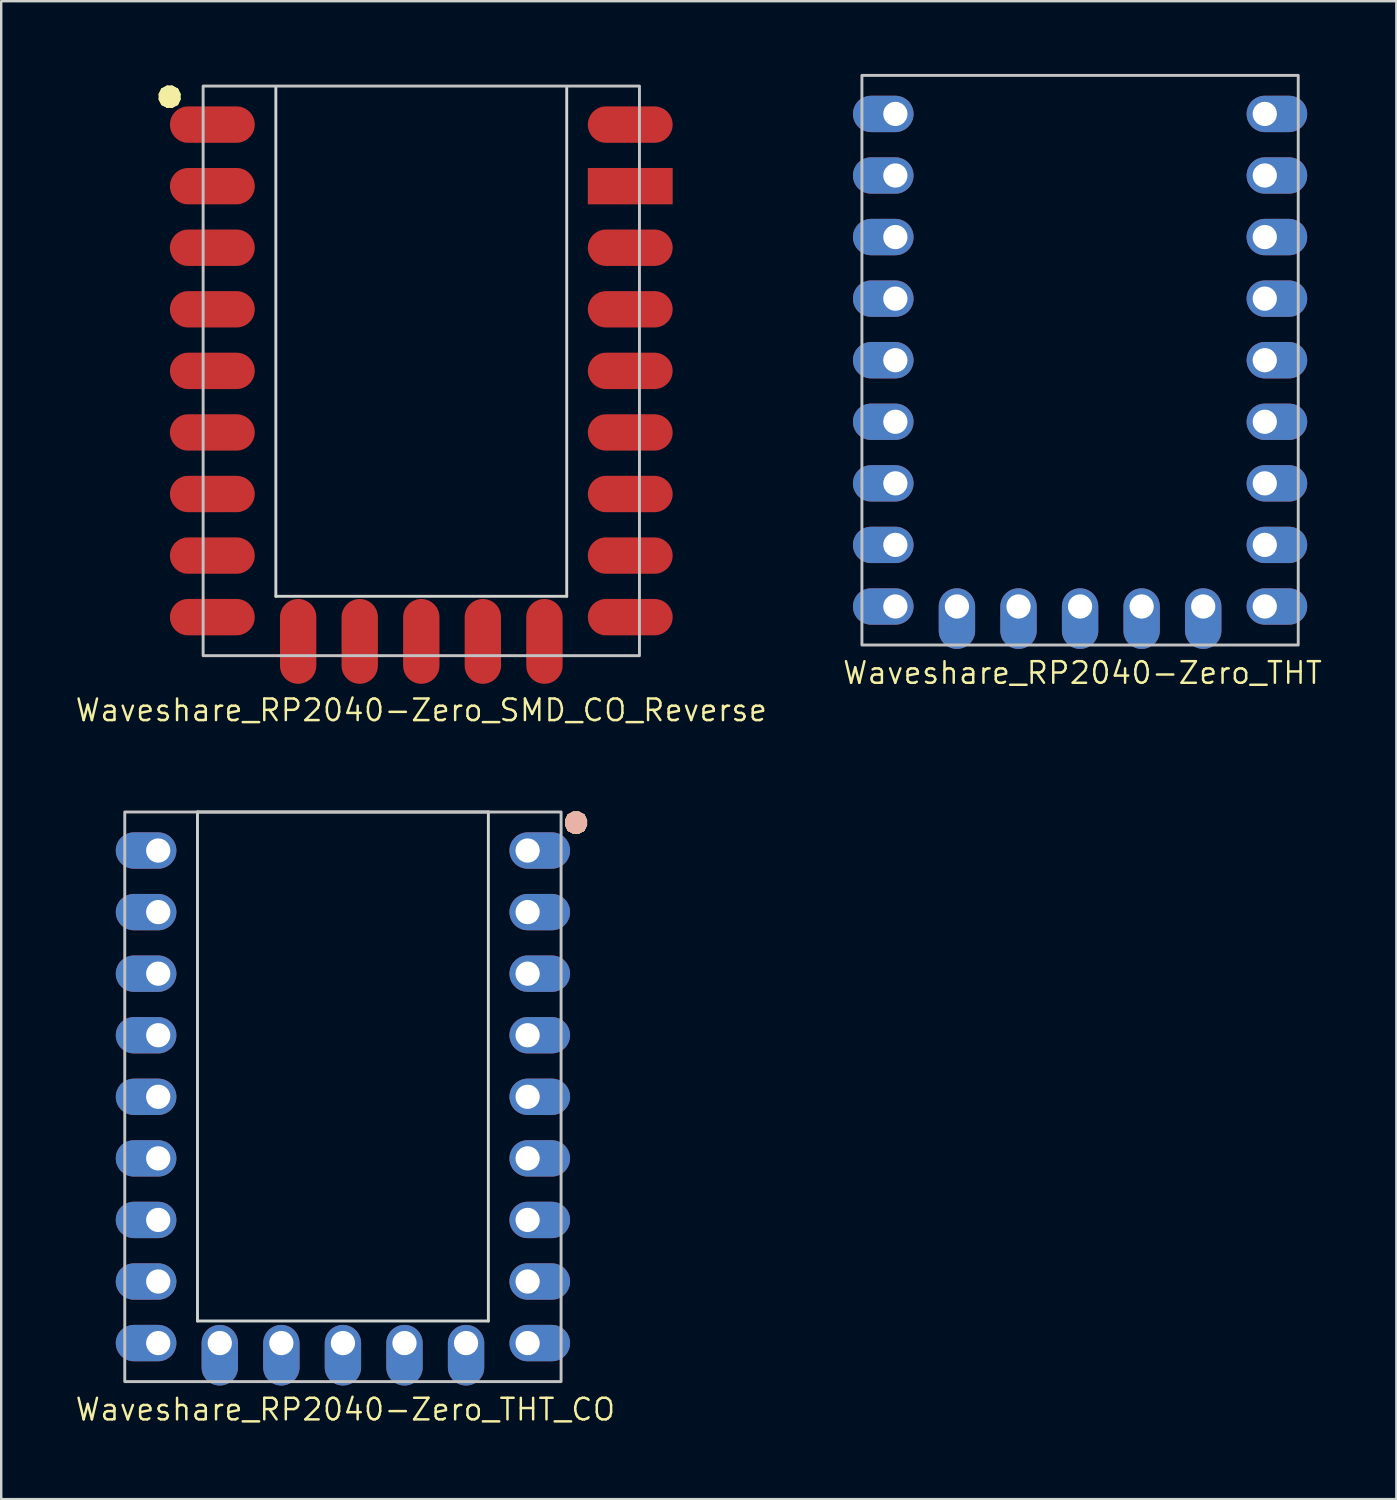
<source format=kicad_pcb>
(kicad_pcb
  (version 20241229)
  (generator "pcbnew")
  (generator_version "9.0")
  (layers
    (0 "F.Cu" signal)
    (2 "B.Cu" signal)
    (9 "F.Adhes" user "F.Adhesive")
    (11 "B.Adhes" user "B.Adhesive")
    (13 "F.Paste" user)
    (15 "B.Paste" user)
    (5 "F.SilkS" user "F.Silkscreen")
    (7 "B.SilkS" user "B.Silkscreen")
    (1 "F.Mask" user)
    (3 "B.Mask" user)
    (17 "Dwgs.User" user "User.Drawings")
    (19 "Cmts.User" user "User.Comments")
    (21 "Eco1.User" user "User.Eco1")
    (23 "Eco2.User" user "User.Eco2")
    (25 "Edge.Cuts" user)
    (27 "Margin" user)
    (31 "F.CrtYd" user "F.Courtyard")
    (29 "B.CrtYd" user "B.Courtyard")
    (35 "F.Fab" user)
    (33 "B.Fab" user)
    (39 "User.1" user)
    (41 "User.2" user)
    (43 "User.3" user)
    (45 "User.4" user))
  (footprint "Waveshare_RP2040-Zero_THT_CO"
    (layer "F.Cu")
    (at 11.097 42.198)
    (property "Reference" "Waveshare_RP2040-Zero_THT_CO" (at 0.1 12.9 0) (layer "F.SilkS") (effects (font (size 0.889 0.889) (thickness 0.102))))
    (attr through_hole exclude_from_pos_files)
    (fp_rect (start -9 -11.75) (end 9 11.75) (stroke (width 0.12) (type solid)) (fill no) (layer "Dwgs.User"))
    (fp_line (start -6 -11.75) (end -6 9.25) (stroke (width 0.12) (type solid)) (layer "Edge.Cuts"))
    (fp_line (start -6 -11.75) (end 6 -11.75) (stroke (width 0.12) (type default)) (layer "Edge.Cuts"))
    (fp_line (start -6 9.25) (end 6 9.25) (stroke (width 0.12) (type solid)) (layer "Edge.Cuts"))
    (fp_line (start 6 9.25) (end 6 -11.75) (stroke (width 0.12) (type solid)) (layer "Edge.Cuts"))
    (fp_text user "●" (at 8.9 -10.8 0) (unlocked yes) (layer "F.SilkS") (effects (font (size 1 1) (thickness 0.15)) (justify left bottom)))
    (fp_text user "●" (at 8.9 -10.8 0) (unlocked yes) (layer "B.SilkS") (effects (font (size 1 1) (thickness 0.15)) (justify left bottom)))
    (pad "1" thru_hole oval (at 7.62 -10.16 180) (size 2.5 1.5) (drill 1 (offset -0.5 0)) (layers "*.Cu" "*.Mask"))
    (pad "2" thru_hole oval (at 7.62 -7.62 180) (size 2.5 1.5) (drill 1 (offset -0.5 0)) (layers "*.Cu" "*.Mask"))
    (pad "3" thru_hole oval (at 7.62 -5.08 180) (size 2.5 1.5) (drill 1 (offset -0.5 0)) (layers "*.Cu" "*.Mask"))
    (pad "4" thru_hole oval (at 7.62 -2.54 180) (size 2.5 1.5) (drill 1 (offset -0.5 0)) (layers "*.Cu" "*.Mask"))
    (pad "5" thru_hole oval (at 7.62 0 180) (size 2.5 1.5) (drill 1 (offset -0.5 0)) (layers "*.Cu" "*.Mask"))
    (pad "6" thru_hole oval (at 7.62 2.54 180) (size 2.5 1.5) (drill 1 (offset -0.5 0)) (layers "*.Cu" "*.Mask"))
    (pad "7" thru_hole oval (at 7.62 5.08 180) (size 2.5 1.5) (drill 1 (offset -0.5 0)) (layers "*.Cu" "*.Mask"))
    (pad "8" thru_hole oval (at 7.62 7.62 180) (size 2.5 1.5) (drill 1 (offset -0.5 0)) (layers "*.Cu" "*.Mask"))
    (pad "9" thru_hole oval (at 7.62 10.16 180) (size 2.5 1.5) (drill 1 (offset -0.5 0)) (layers "*.Cu" "*.Mask"))
    (pad "10" thru_hole oval (at 5.08 10.16 90) (size 2.5 1.5) (drill 1 (offset -0.5 0)) (layers "*.Cu" "*.Mask"))
    (pad "11" thru_hole oval (at 2.54 10.16 90) (size 2.5 1.5) (drill 1 (offset -0.5 0)) (layers "*.Cu" "*.Mask"))
    (pad "12" thru_hole oval (at 0 10.16 90) (size 2.5 1.5) (drill 1 (offset -0.5 0)) (layers "*.Cu" "*.Mask"))
    (pad "13" thru_hole oval (at -2.54 10.16 90) (size 2.5 1.5) (drill 1 (offset -0.5 0)) (layers "*.Cu" "*.Mask"))
    (pad "14" thru_hole oval (at -5.08 10.16 90) (size 2.5 1.5) (drill 1 (offset -0.5 0)) (layers "*.Cu" "*.Mask"))
    (pad "15" thru_hole oval (at -7.62 10.16) (size 2.5 1.5) (drill 1 (offset -0.5 0)) (layers "*.Cu" "*.Mask"))
    (pad "16" thru_hole oval (at -7.62 7.62) (size 2.5 1.5) (drill 1 (offset -0.5 0)) (layers "*.Cu" "*.Mask"))
    (pad "17" thru_hole oval (at -7.62 5.08) (size 2.5 1.5) (drill 1 (offset -0.5 0)) (layers "*.Cu" "*.Mask"))
    (pad "18" thru_hole oval (at -7.62 2.54) (size 2.5 1.5) (drill 1 (offset -0.5 0)) (layers "*.Cu" "*.Mask"))
    (pad "19" thru_hole oval (at -7.62 0) (size 2.5 1.5) (drill 1 (offset -0.5 0)) (layers "*.Cu" "*.Mask"))
    (pad "20" thru_hole oval (at -7.62 -2.54) (size 2.5 1.5) (drill 1 (offset -0.5 0)) (layers "*.Cu" "*.Mask"))
    (pad "21" thru_hole oval (at -7.62 -5.08) (size 2.5 1.5) (drill 1 (offset -0.5 0)) (layers "*.Cu" "*.Mask"))
    (pad "22" thru_hole oval (at -7.62 -7.62) (size 2.5 1.5) (drill 1 (offset -0.5 0)) (layers "*.Cu" "*.Mask"))
    (pad "23" thru_hole oval (at -7.62 -10.16) (size 2.5 1.5) (drill 1 (offset -0.5 0)) (layers "*.Cu" "*.Mask")))
  (footprint "Waveshare_RP2040-Zero_THT"
    (layer "F.Cu")
    (at 41.508 11.81)
    (property "Reference" "Waveshare_RP2040-Zero_THT" (at 0.1 12.9 0) (layer "F.SilkS") (effects (font (size 0.889 0.889) (thickness 0.102))))
    (attr through_hole exclude_from_pos_files)
    (fp_rect (start -9 -11.75) (end 9 11.75) (stroke (width 0.12) (type solid)) (fill no) (layer "Dwgs.User"))
    (pad "1" thru_hole oval (at 7.62 -10.16 180) (size 2.5 1.5) (drill 1 (offset -0.5 0)) (layers "*.Cu" "*.Mask"))
    (pad "2" thru_hole oval (at 7.62 -7.62 180) (size 2.5 1.5) (drill 1 (offset -0.5 0)) (layers "*.Cu" "*.Mask"))
    (pad "3" thru_hole oval (at 7.62 -5.08 180) (size 2.5 1.5) (drill 1 (offset -0.5 0)) (layers "*.Cu" "*.Mask"))
    (pad "4" thru_hole oval (at 7.62 -2.54 180) (size 2.5 1.5) (drill 1 (offset -0.5 0)) (layers "*.Cu" "*.Mask"))
    (pad "5" thru_hole oval (at 7.62 0 180) (size 2.5 1.5) (drill 1 (offset -0.5 0)) (layers "*.Cu" "*.Mask"))
    (pad "6" thru_hole oval (at 7.62 2.54 180) (size 2.5 1.5) (drill 1 (offset -0.5 0)) (layers "*.Cu" "*.Mask"))
    (pad "7" thru_hole oval (at 7.62 5.08 180) (size 2.5 1.5) (drill 1 (offset -0.5 0)) (layers "*.Cu" "*.Mask"))
    (pad "8" thru_hole oval (at 7.62 7.62 180) (size 2.5 1.5) (drill 1 (offset -0.5 0)) (layers "*.Cu" "*.Mask"))
    (pad "9" thru_hole oval (at 7.62 10.16 180) (size 2.5 1.5) (drill 1 (offset -0.5 0)) (layers "*.Cu" "*.Mask"))
    (pad "10" thru_hole oval (at 5.08 10.16 90) (size 2.5 1.5) (drill 1 (offset -0.5 0)) (layers "*.Cu" "*.Mask"))
    (pad "11" thru_hole oval (at 2.54 10.16 90) (size 2.5 1.5) (drill 1 (offset -0.5 0)) (layers "*.Cu" "*.Mask"))
    (pad "12" thru_hole oval (at 0 10.16 90) (size 2.5 1.5) (drill 1 (offset -0.5 0)) (layers "*.Cu" "*.Mask"))
    (pad "13" thru_hole oval (at -2.54 10.16 90) (size 2.5 1.5) (drill 1 (offset -0.5 0)) (layers "*.Cu" "*.Mask"))
    (pad "14" thru_hole oval (at -5.08 10.16 90) (size 2.5 1.5) (drill 1 (offset -0.5 0)) (layers "*.Cu" "*.Mask"))
    (pad "15" thru_hole oval (at -7.62 10.16) (size 2.5 1.5) (drill 1 (offset -0.5 0)) (layers "*.Cu" "*.Mask"))
    (pad "16" thru_hole oval (at -7.62 7.62) (size 2.5 1.5) (drill 1 (offset -0.5 0)) (layers "*.Cu" "*.Mask"))
    (pad "17" thru_hole oval (at -7.62 5.08) (size 2.5 1.5) (drill 1 (offset -0.5 0)) (layers "*.Cu" "*.Mask"))
    (pad "18" thru_hole oval (at -7.62 2.54) (size 2.5 1.5) (drill 1 (offset -0.5 0)) (layers "*.Cu" "*.Mask"))
    (pad "19" thru_hole oval (at -7.62 0) (size 2.5 1.5) (drill 1 (offset -0.5 0)) (layers "*.Cu" "*.Mask"))
    (pad "20" thru_hole oval (at -7.62 -2.54) (size 2.5 1.5) (drill 1 (offset -0.5 0)) (layers "*.Cu" "*.Mask"))
    (pad "21" thru_hole oval (at -7.62 -5.08) (size 2.5 1.5) (drill 1 (offset -0.5 0)) (layers "*.Cu" "*.Mask"))
    (pad "22" thru_hole oval (at -7.62 -7.62) (size 2.5 1.5) (drill 1 (offset -0.5 0)) (layers "*.Cu" "*.Mask"))
    (pad "23" thru_hole oval (at -7.62 -10.16) (size 2.5 1.5) (drill 1 (offset -0.5 0)) (layers "*.Cu" "*.Mask")))
  (footprint "Waveshare_RP2040-Zero_SMD_CO_Reverse"
    (layer "F.Cu")
    (at 14.33 12.25)
    (property "Reference" "Waveshare_RP2040-Zero_SMD_CO_Reverse" (at 0 14 0) (layer "F.SilkS") (effects (font (size 0.889 0.889) (thickness 0.102))))
    (attr smd exclude_from_pos_files)
    (fp_rect (start -9 -11.75) (end 9 11.75) (stroke (width 0.12) (type solid)) (fill no) (layer "Dwgs.User"))
    (fp_line (start -6 -11.7) (end -6 9.3) (stroke (width 0.12) (type solid)) (layer "Edge.Cuts"))
    (fp_line (start -6 9.3) (end 6 9.3) (stroke (width 0.12) (type solid)) (layer "Edge.Cuts"))
    (fp_line (start 6 9.3) (end 6 -11.7) (stroke (width 0.12) (type solid)) (layer "Edge.Cuts"))
    (fp_text user "●" (at -11.1 -10.8 0) (unlocked yes) (layer "F.SilkS") (effects (font (size 1 1) (thickness 0.15)) (justify left bottom)))
    (pad "1" smd oval (at -7.62 -10.16) (size 3.5 1.5) (drill (offset -1 0)) (layers "F.Cu" "F.Mask" "F.Paste"))
    (pad "2" smd oval (at -7.62 -7.62) (size 3.5 1.5) (drill (offset -1 0)) (layers "F.Cu" "F.Mask" "F.Paste"))
    (pad "3" smd oval (at -7.62 -5.08) (size 3.5 1.5) (drill (offset -1 0)) (layers "F.Cu" "F.Mask" "F.Paste"))
    (pad "4" smd oval (at -7.62 -2.54) (size 3.5 1.5) (drill (offset -1 0)) (layers "F.Cu" "F.Mask" "F.Paste"))
    (pad "5" smd oval (at -7.62 0) (size 3.5 1.5) (drill (offset -1 0)) (layers "F.Cu" "F.Mask" "F.Paste"))
    (pad "6" smd oval (at -7.62 2.54) (size 3.5 1.5) (drill (offset -1 0)) (layers "F.Cu" "F.Mask" "F.Paste"))
    (pad "7" smd oval (at -7.62 5.08) (size 3.5 1.5) (drill (offset -1 0)) (layers "F.Cu" "F.Mask" "F.Paste"))
    (pad "8" smd oval (at -7.62 7.62) (size 3.5 1.5) (drill (offset -1 0)) (layers "F.Cu" "F.Mask" "F.Paste"))
    (pad "9" smd oval (at -7.62 10.16) (size 3.5 1.5) (drill (offset -1 0)) (layers "F.Cu" "F.Mask" "F.Paste"))
    (pad "10" smd oval (at -5.08 10.16 90) (size 3.5 1.5) (drill (offset -1 0)) (layers "F.Cu" "F.Mask" "F.Paste"))
    (pad "11" smd oval (at -2.54 10.16 90) (size 3.5 1.5) (drill (offset -1 0)) (layers "F.Cu" "F.Mask" "F.Paste"))
    (pad "12" smd oval (at 0 10.16 90) (size 3.5 1.5) (drill (offset -1 0)) (layers "F.Cu" "F.Mask" "F.Paste"))
    (pad "13" smd oval (at 2.54 10.16 90) (size 3.5 1.5) (drill (offset -1 0)) (layers "F.Cu" "F.Mask" "F.Paste"))
    (pad "14" smd oval (at 5.08 10.16 90) (size 3.5 1.5) (drill (offset -1 0)) (layers "F.Cu" "F.Mask" "F.Paste"))
    (pad "15" smd oval (at 7.62 10.16 180) (size 3.5 1.5) (drill (offset -1 0)) (layers "F.Cu" "F.Mask" "F.Paste"))
    (pad "16" smd oval (at 7.62 7.62 180) (size 3.5 1.5) (drill (offset -1 0)) (layers "F.Cu" "F.Mask" "F.Paste"))
    (pad "17" smd oval (at 7.62 5.08 180) (size 3.5 1.5) (drill (offset -1 0)) (layers "F.Cu" "F.Mask" "F.Paste"))
    (pad "18" smd oval (at 7.62 2.54 180) (size 3.5 1.5) (drill (offset -1 0)) (layers "F.Cu" "F.Mask" "F.Paste"))
    (pad "19" smd oval (at 7.62 0 180) (size 3.5 1.5) (drill (offset -1 0)) (layers "F.Cu" "F.Mask" "F.Paste"))
    (pad "20" smd oval (at 7.62 -2.54 180) (size 3.5 1.5) (drill (offset -1 0)) (layers "F.Cu" "F.Mask" "F.Paste"))
    (pad "21" smd oval (at 7.62 -5.08 180) (size 3.5 1.5) (drill (offset -1 0)) (layers "F.Cu" "F.Mask" "F.Paste"))
    (pad "22" smd rect (at 7.62 -7.62 180) (size 3.5 1.5) (drill (offset -1 0)) (layers "F.Cu" "F.Mask" "F.Paste"))
    (pad "23" smd oval (at 7.62 -10.16 180) (size 3.5 1.5) (drill (offset -1 0)) (layers "F.Cu" "F.Mask" "F.Paste")))
  (gr_rect
    (start -3 -3)
    (end 54.556 58.797)
    (stroke (width 0.1) (type default))
    (fill no)
    (layer "Edge.Cuts")))
</source>
